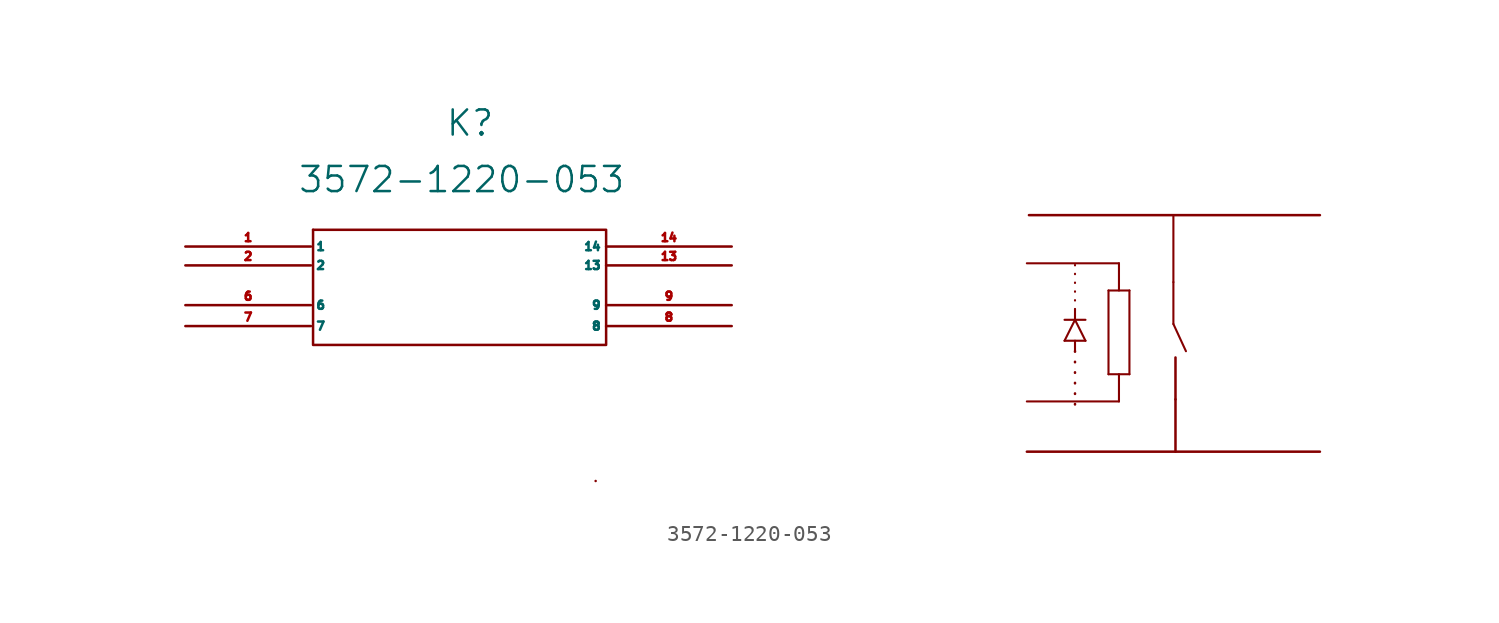
<source format=kicad_sym>
(kicad_symbol_lib
  (version 20220914)
  (generator kicad_symbol_editor)
  (symbol "3572-1220-053"
    (pin_names
      (offset 0.254))
    (property "Reference" "K"
      (at 0.635 14.224 0)
      (effects (font (size 1.524 1.524))))
    (property "Value" "3572-1220-053"
      (at 0.127 10.795 0)
      (effects (font (size 1.524 1.524))))
    (property "ki_locked" ""
      (at 0 0 0)
      (effects (font (size 1.27 1.27))))
    (symbol "3572-1220-053_0_1"
      (polyline (pts (xy 36.703 1.016) (xy 37.973 1.016)) (stroke (width 0.127) (type default)) (fill (type none)))
      (polyline (pts (xy 36.703 2.286) (xy 37.973 2.286)) (stroke (width 0.127) (type default)) (fill (type none)))
      (polyline (pts (xy 37.338 0.381) (xy 37.338 1.016)) (stroke (width 0.127) (type default)) (fill (type none)))
      (polyline (pts (xy 37.338 2.286) (xy 36.703 1.016)) (stroke (width 0.127) (type default)) (fill (type none)))
      (polyline (pts (xy 37.338 2.921) (xy 37.338 2.286)) (stroke (width 0.127) (type default)) (fill (type none)))
      (polyline (pts (xy 37.973 1.016) (xy 37.338 2.286)) (stroke (width 0.127) (type default)) (fill (type none)))
      (polyline (pts (xy 39.37 -1.016) (xy 40.64 -1.016)) (stroke (width 0.127) (type default)) (fill (type none)))
      (polyline (pts (xy 39.37 4.064) (xy 39.37 -1.016)) (stroke (width 0.127) (type default)) (fill (type none)))
      (polyline (pts (xy 39.37 4.064) (xy 40.64 4.064)) (stroke (width 0.127) (type default)) (fill (type none)))
      (polyline (pts (xy 40.005 -1.016) (xy 40.005 -2.667)) (stroke (width 0.127) (type default)) (fill (type none)))
      (polyline (pts (xy 40.005 5.715) (xy 40.005 4.064)) (stroke (width 0.127) (type default)) (fill (type none)))
      (polyline (pts (xy 40.64 4.064) (xy 40.64 -1.016)) (stroke (width 0.127) (type default)) (fill (type none)))
      (polyline (pts (xy 43.307 2.032) (xy 44.069 0.381)) (stroke (width 0.127) (type default)) (fill (type none)))
      (polyline (pts (xy 43.307 4.572) (xy 43.307 2.032)) (stroke (width 0.127) (type default)) (fill (type none))))
    (symbol "3572-1220-053_1_1"
      (rectangle (start -8.89 7.747) (end -8.89 7.747) (stroke (width 0) (type default)) (fill (type none)))
      (rectangle (start -8.89 7.747) (end 8.89 0.762) (stroke (width 0) (type default)) (fill (type none)))
      (polyline (pts (xy 34.417 -5.715) (xy 52.197 -5.715)) (stroke (width 0) (type default)) (fill (type none)))
      (polyline (pts (xy 34.417 -2.667) (xy 40.005 -2.667)) (stroke (width 0.127) (type default)) (fill (type none)))
      (polyline (pts (xy 34.417 5.715) (xy 40.005 5.715)) (stroke (width 0.127) (type default)) (fill (type none)))
      (polyline (pts (xy 34.544 8.636) (xy 52.197 8.636)) (stroke (width 0) (type default)) (fill (type none)))
      (polyline (pts (xy 37.338 2.921) (xy 37.338 5.715)) (stroke (width 0.127) (type dot)) (fill (type none)))
      (polyline (pts (xy 43.307 4.572) (xy 43.307 8.636)) (stroke (width 0.127) (type default)) (fill (type none)))
      (polyline (pts (xy 43.434 -2.54) (xy 43.434 -5.715)) (stroke (width 0) (type default)) (fill (type none)))
      (polyline (pts (xy 43.434 0) (xy 43.434 -2.54)) (stroke (width 0) (type default)) (fill (type none)))
      (polyline (pts (xy 37.338 0.381) (xy 37.338 -2.54) (xy 37.338 -2.921)) (stroke (width 0) (type dot)) (fill (type none)))
      (rectangle (start 8.255 -7.493) (end 8.255 -7.493) (stroke (width 0) (type default)) (fill (type none)))
      (pin unspecified line (at -16.637 6.731 0) (length 7.62) (name "1" (effects (font (size 0.5 0.5)))) (number "1" (effects (font (size 0.5 0.5)))))
      (pin unspecified line (at 16.51 5.588 180) (length 7.62) (name "13" (effects (font (size 0.5 0.5)))) (number "13" (effects (font (size 0.5 0.5)))))
      (pin unspecified line (at 16.51 6.731 180) (length 7.62) (name "14" (effects (font (size 0.5 0.5)))) (number "14" (effects (font (size 0.5 0.5)))))
      (pin unspecified line (at -16.637 5.588 0) (length 7.62) (name "2" (effects (font (size 0.5 0.5)))) (number "2" (effects (font (size 0.5 0.5)))))
      (pin unspecified line (at -16.637 3.175 0) (length 7.62) (name "6" (effects (font (size 0.5 0.5)))) (number "6" (effects (font (size 0.5 0.5)))))
      (pin unspecified line (at -16.637 1.905 0) (length 7.62) (name "7" (effects (font (size 0.5 0.5)))) (number "7" (effects (font (size 0.5 0.5)))))
      (pin unspecified line (at 16.51 1.905 180) (length 7.62) (name "8" (effects (font (size 0.5 0.5)))) (number "8" (effects (font (size 0.5 0.5)))))
      (pin unspecified line (at 16.51 3.175 180) (length 7.62) (name "9" (effects (font (size 0.5 0.5)))) (number "9" (effects (font (size 0.5 0.5))))))))
</source>
